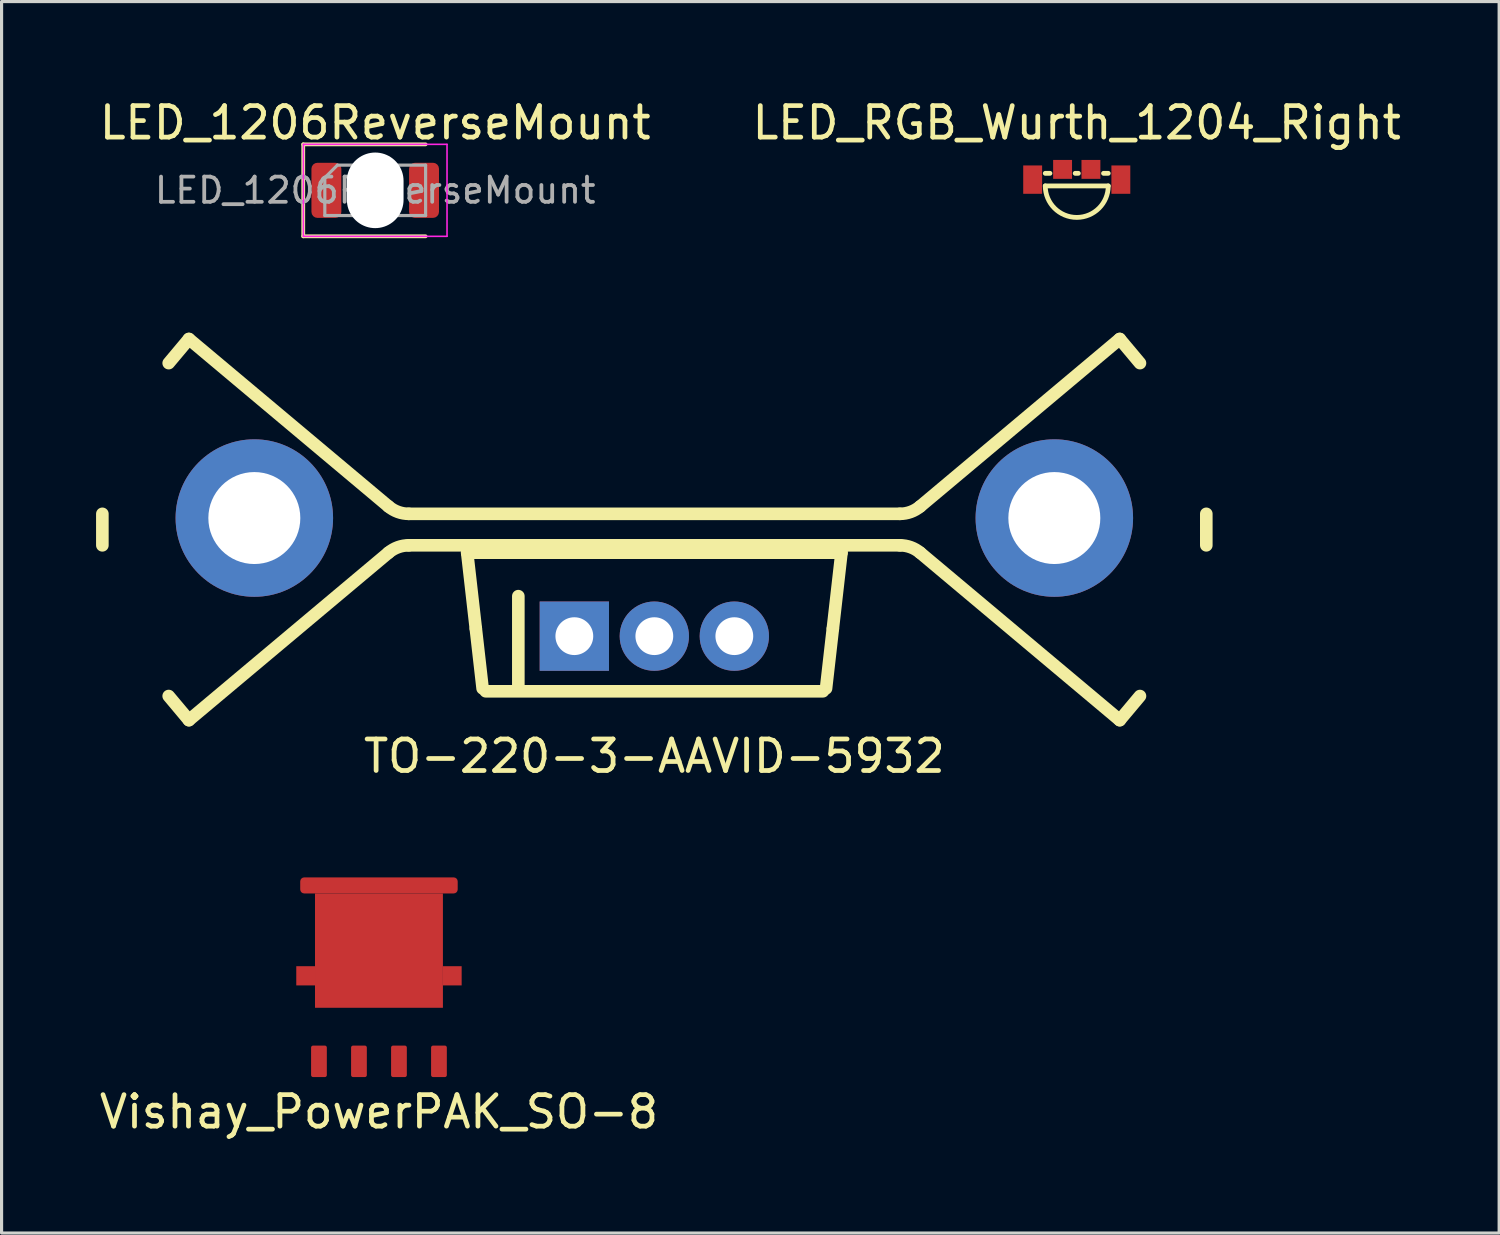
<source format=kicad_pcb>
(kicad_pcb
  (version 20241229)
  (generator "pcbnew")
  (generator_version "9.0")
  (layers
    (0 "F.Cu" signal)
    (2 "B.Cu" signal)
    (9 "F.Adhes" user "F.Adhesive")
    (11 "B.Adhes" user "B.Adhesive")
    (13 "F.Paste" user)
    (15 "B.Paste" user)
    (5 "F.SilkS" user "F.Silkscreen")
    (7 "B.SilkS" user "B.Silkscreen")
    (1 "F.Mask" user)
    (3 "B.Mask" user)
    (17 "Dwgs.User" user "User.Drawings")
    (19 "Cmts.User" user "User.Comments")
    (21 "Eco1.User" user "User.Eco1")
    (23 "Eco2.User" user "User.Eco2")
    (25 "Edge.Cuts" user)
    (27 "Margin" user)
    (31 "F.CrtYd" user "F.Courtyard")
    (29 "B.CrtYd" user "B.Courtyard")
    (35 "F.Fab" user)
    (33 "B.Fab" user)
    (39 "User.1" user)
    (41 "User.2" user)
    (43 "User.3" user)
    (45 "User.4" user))
  (footprint "TO-220-3-AAVID-5932"
    (layer "F.Cu")
    (at 17.725 17.148)
    (property "Reference" "TO-220-3-AAVID-5932" (at 0 3.81 180) (layer "F.SilkS") (effects (font (size 1 1) (thickness 0.15))))
    (attr through_hole)
    (fp_line (start -17.525 -3.884) (end -17.525 -2.884) (stroke (width 0.4) (type solid)) (layer "F.SilkS"))
    (fp_line (start -15.419 1.901) (end -14.777 2.667) (stroke (width 0.4) (type solid)) (layer "F.SilkS"))
    (fp_line (start -14.777 -9.435) (end -15.419 -8.669) (stroke (width 0.4) (type solid)) (layer "F.SilkS"))
    (fp_line (start -14.777 2.667) (end -8.44 -2.65) (stroke (width 0.4) (type solid)) (layer "F.SilkS"))
    (fp_line (start -8.44 -4.118) (end -14.777 -9.435) (stroke (width 0.4) (type solid)) (layer "F.SilkS"))
    (fp_line (start -7.797 -2.884) (end 7.797 -2.884) (stroke (width 0.4) (type solid)) (layer "F.SilkS"))
    (fp_line (start -5.942 -2.65) (end 5.942 -2.65) (stroke (width 0.4) (type solid)) (layer "F.SilkS"))
    (fp_line (start -5.669 -0.25) (end -5.942 -2.65) (stroke (width 0.4) (type solid)) (layer "F.SilkS"))
    (fp_line (start -5.452 1.659) (end -5.667 -0.23) (stroke (width 0.4) (type solid)) (layer "F.SilkS"))
    (fp_line (start -5.353 1.75) (end 5.353 1.75) (stroke (width 0.4) (type solid)) (layer "F.SilkS"))
    (fp_line (start -4.318 -1.27) (end -4.318 1.651) (stroke (width 0.4) (type solid)) (layer "F.SilkS"))
    (fp_line (start 5.667 -0.23) (end 5.452 1.659) (stroke (width 0.4) (type solid)) (layer "F.SilkS"))
    (fp_line (start 5.942 -2.65) (end 5.669 -0.25) (stroke (width 0.4) (type solid)) (layer "F.SilkS"))
    (fp_line (start 7.797 -3.884) (end -7.797 -3.884) (stroke (width 0.4) (type solid)) (layer "F.SilkS"))
    (fp_line (start 8.44 -2.65) (end 14.777 2.667) (stroke (width 0.4) (type solid)) (layer "F.SilkS"))
    (fp_line (start 14.777 -9.435) (end 8.44 -4.118) (stroke (width 0.4) (type solid)) (layer "F.SilkS"))
    (fp_line (start 14.777 2.667) (end 15.419 1.901) (stroke (width 0.4) (type solid)) (layer "F.SilkS"))
    (fp_line (start 15.419 -8.669) (end 14.777 -9.435) (stroke (width 0.4) (type solid)) (layer "F.SilkS"))
    (fp_line (start 17.525 -2.884) (end 17.525 -3.884) (stroke (width 0.4) (type solid)) (layer "F.SilkS"))
    (fp_arc (start -8.439847 -2.650043) (mid -8.139079 -2.823691) (end -7.797059 -2.883999) (stroke (width 0.4) (type solid)) (layer "F.SilkS"))
    (fp_arc (start -7.79706 -3.883999) (mid -8.13908 -3.944307) (end -8.439847 -4.117955) (stroke (width 0.4) (type solid)) (layer "F.SilkS"))
    (fp_arc (start 7.797059 -2.884) (mid 8.139079 -2.823693) (end 8.439847 -2.650044) (stroke (width 0.4) (type solid)) (layer "F.SilkS"))
    (fp_arc (start 8.439847 -4.117955) (mid 8.139079 -3.944307) (end 7.797059 -3.883999) (stroke (width 0.4) (type solid)) (layer "F.SilkS"))
    (pad "1" thru_hole rect (at -2.54 0) (size 2.2 2.2) (drill 1.2) (layers "*.Cu" "*.Mask"))
    (pad "2" thru_hole circle (at 0 0) (size 2.2 2.2) (drill 1.2) (layers "*.Cu" "*.Mask"))
    (pad "3" thru_hole circle (at 2.54 0) (size 2.2 2.2) (drill 1.2) (layers "*.Cu" "*.Mask"))
    (pad "HS" thru_hole circle (at -12.7 -3.75) (size 5 5) (drill 2.92) (layers "*.Cu" "*.Mask"))
    (pad "HS" thru_hole circle (at 12.7 -3.75) (size 5 5) (drill 2.92) (layers "*.Cu" "*.Mask")))
  (footprint "LED_1206ReverseMount"
    (layer "F.Cu")
    (at 8.863 2.993)
    (property "Reference" "LED_1206ReverseMount" (at 0 -2.145 0) (layer "F.SilkS") (effects (font (size 1 1) (thickness 0.15))))
    (attr smd)
    (fp_line (start -2.285 -1.46) (end -2.285 1.46) (stroke (width 0.12) (type solid)) (layer "F.SilkS"))
    (fp_line (start -2.285 1.46) (end 1.6 1.46) (stroke (width 0.12) (type solid)) (layer "F.SilkS"))
    (fp_line (start 1.6 -1.46) (end -2.285 -1.46) (stroke (width 0.12) (type solid)) (layer "F.SilkS"))
    (fp_line (start -2.28 -1.46) (end 2.28 -1.46) (stroke (width 0.05) (type solid)) (layer "F.CrtYd"))
    (fp_line (start -2.28 1.46) (end -2.28 -1.46) (stroke (width 0.05) (type solid)) (layer "F.CrtYd"))
    (fp_line (start 2.28 -1.46) (end 2.28 1.46) (stroke (width 0.05) (type solid)) (layer "F.CrtYd"))
    (fp_line (start 2.28 1.46) (end -2.28 1.46) (stroke (width 0.05) (type solid)) (layer "F.CrtYd"))
    (fp_line (start -1.6 -0.4) (end -1.6 0.8) (stroke (width 0.1) (type solid)) (layer "F.Fab"))
    (fp_line (start -1.6 0.8) (end 1.6 0.8) (stroke (width 0.1) (type solid)) (layer "F.Fab"))
    (fp_line (start -1.2 -0.8) (end -1.6 -0.4) (stroke (width 0.1) (type solid)) (layer "F.Fab"))
    (fp_line (start 1.6 -0.8) (end -1.2 -0.8) (stroke (width 0.1) (type solid)) (layer "F.Fab"))
    (fp_line (start 1.6 0.8) (end 1.6 -0.8) (stroke (width 0.1) (type solid)) (layer "F.Fab"))
    (fp_text user "${REFERENCE}" (at 0 0 0) (layer "F.Fab") (effects (font (size 0.8 0.8) (thickness 0.12))))
    (pad "" np_thru_hole oval (at 0 0) (size 1.8 2.4) (drill oval 1.8 2.4) (layers "*.Cu" "*.Mask"))
    (pad "1" smd roundrect (at -1.55 0) (size 0.95 1.75) (layers "F.Cu" "F.Mask" "F.Paste") (roundrect_rratio 0.2))
    (pad "2" smd roundrect (at 1.55 0) (size 0.95 1.75) (layers "F.Cu" "F.Mask" "F.Paste") (roundrect_rratio 0.2)))
  (footprint "LED_RGB_Wurth_1204_Right"
    (layer "F.Cu")
    (at 31.137 2.653)
    (property "Reference" "LED_RGB_Wurth_1204_Right" (at 0 -1.805 0) (layer "F.SilkS") (effects (font (size 1 1) (thickness 0.15))))
    (attr through_hole)
    (fp_line (start -1 -0.2) (end -0.85 -0.2) (stroke (width 0.152) (type solid)) (layer "F.SilkS"))
    (fp_line (start -0.05 -0.2) (end 0.05 -0.2) (stroke (width 0.152) (type solid)) (layer "F.SilkS"))
    (fp_line (start 0.85 -0.2) (end 1 -0.2) (stroke (width 0.152) (type solid)) (layer "F.SilkS"))
    (fp_line (start 1 0.2) (end -1 0.2) (stroke (width 0.152) (type solid)) (layer "F.SilkS"))
    (fp_arc (start 1 0.2) (mid 0 1.2) (end -1 0.2) (stroke (width 0.1524) (type solid)) (layer "F.SilkS"))
    (pad "A" smd rect (at -1.4 0) (size 0.6 0.9) (layers "F.Cu" "F.Mask" "F.Paste"))
    (pad "B" smd rect (at -0.45 -0.325) (size 0.6 0.6) (layers "F.Cu" "F.Mask" "F.Paste"))
    (pad "G" smd rect (at 0.45 -0.325) (size 0.6 0.6) (layers "F.Cu" "F.Mask" "F.Paste"))
    (pad "R" smd rect (at 1.4 0) (size 0.6 0.9) (layers "F.Cu" "F.Mask" "F.Paste")))
  (footprint "Vishay_PowerPAK_SO-8"
    (layer "F.Cu")
    (at 8.982 27.932)
    (property "Reference" "Vishay_PowerPAK_SO-8" (at 0 4.318 0) (layer "F.SilkS") (effects (font (size 1 1) (thickness 0.15))))
    (attr through_hole)
    (pad "1" smd roundrect (at -1.905 2.715) (size 0.5 1) (layers "F.Cu" "F.Mask" "F.Paste") (roundrect_rratio 0.125))
    (pad "1" smd roundrect (at -0.635 2.715) (size 0.5 1) (layers "F.Cu" "F.Mask" "F.Paste") (roundrect_rratio 0.125))
    (pad "1" smd roundrect (at 0.635 2.715) (size 0.5 1) (layers "F.Cu" "F.Mask" "F.Paste") (roundrect_rratio 0.125))
    (pad "2" smd rect (at -2.328 0) (size 0.595 0.61) (layers "F.Cu" "F.Mask" "F.Paste"))
    (pad "2" smd roundrect (at 0 -2.87) (size 5 0.51) (layers "F.Cu" "F.Mask" "F.Paste") (roundrect_rratio 0.25))
    (pad "2" smd rect (at 0 -0.8) (size 4.061 3.63) (layers "F.Cu" "F.Mask" "F.Paste"))
    (pad "2" smd rect (at 2.328 0) (size 0.595 0.61) (layers "F.Cu" "F.Mask" "F.Paste"))
    (pad "3" smd roundrect (at 1.905 2.715) (size 0.5 1) (layers "F.Cu" "F.Mask" "F.Paste") (roundrect_rratio 0.125)))
  (gr_rect
    (start -3 -3)
    (end 44.548 36.098)
    (stroke (width 0.1) (type default))
    (fill no)
    (layer "Edge.Cuts")))
</source>
